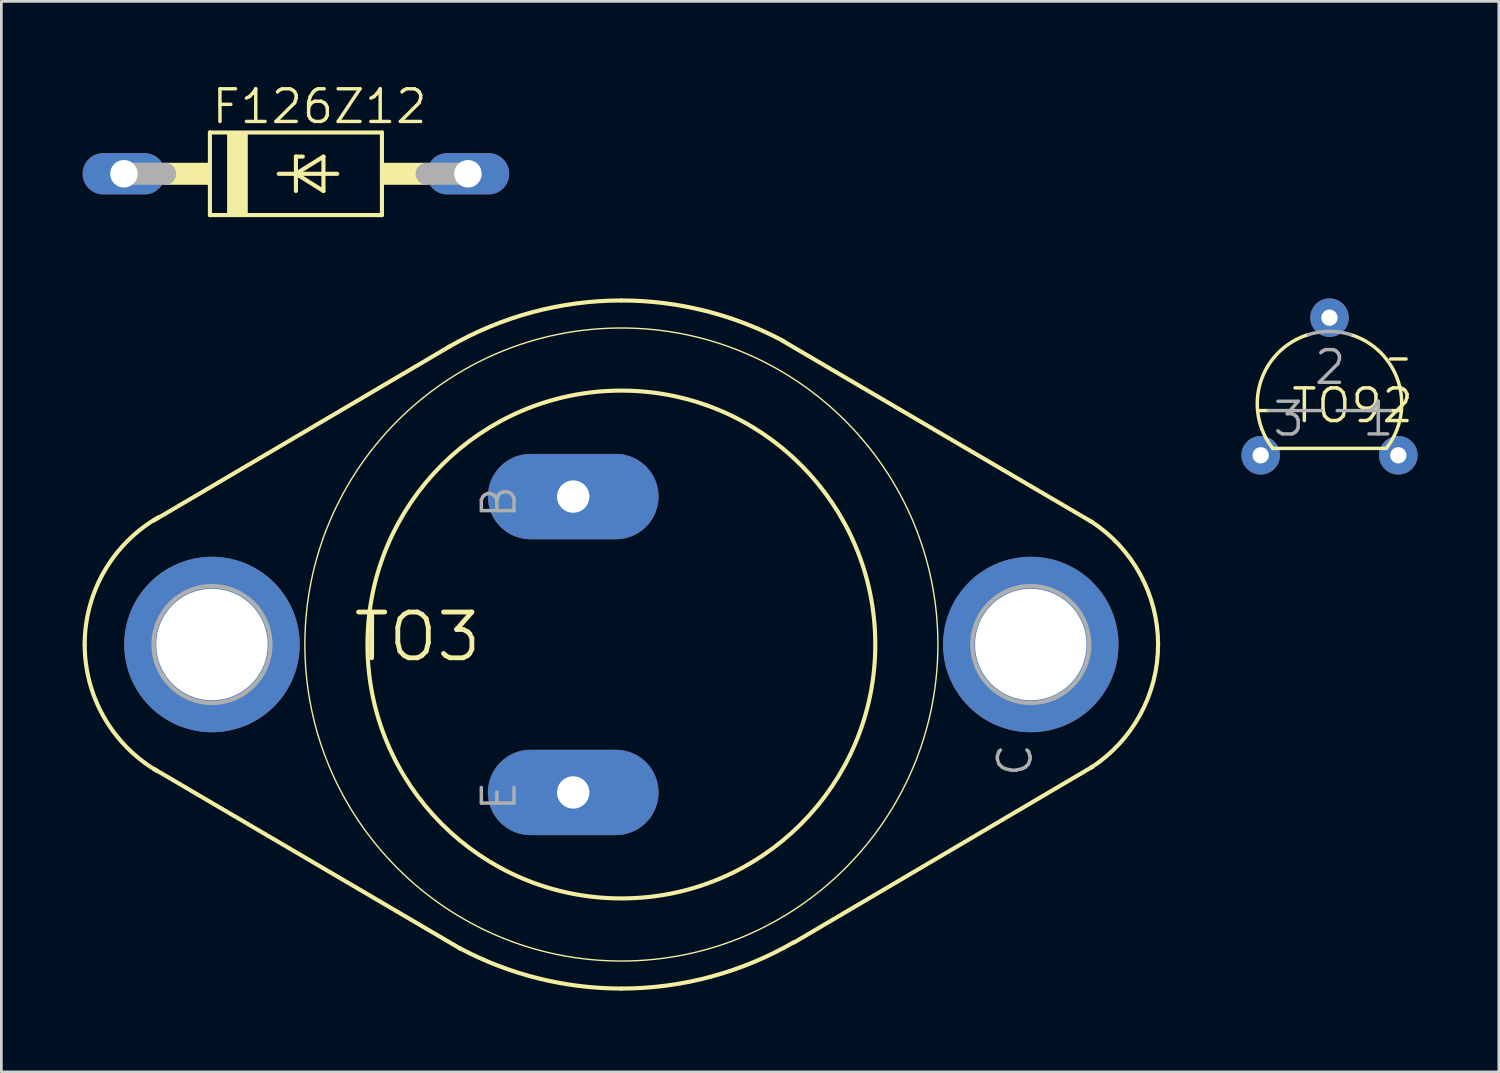
<source format=kicad_pcb>
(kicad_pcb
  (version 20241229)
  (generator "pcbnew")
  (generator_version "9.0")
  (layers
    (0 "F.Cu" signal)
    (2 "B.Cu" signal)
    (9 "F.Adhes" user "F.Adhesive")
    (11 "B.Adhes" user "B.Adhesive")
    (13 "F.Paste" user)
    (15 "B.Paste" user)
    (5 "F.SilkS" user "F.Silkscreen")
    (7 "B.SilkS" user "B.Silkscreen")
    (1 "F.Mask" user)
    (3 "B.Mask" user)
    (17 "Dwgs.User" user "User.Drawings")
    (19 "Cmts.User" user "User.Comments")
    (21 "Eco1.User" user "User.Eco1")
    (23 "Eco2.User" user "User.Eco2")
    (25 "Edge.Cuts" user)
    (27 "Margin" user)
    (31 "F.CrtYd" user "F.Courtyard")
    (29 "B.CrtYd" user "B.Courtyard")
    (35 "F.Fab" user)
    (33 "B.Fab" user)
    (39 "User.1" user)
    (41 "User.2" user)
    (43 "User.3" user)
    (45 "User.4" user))
  (footprint "TO3"
    (layer "F.Cu")
    (at 19.888 20.742)
    (property "Reference" "TO3" (at -5.08 -1.27 0) (layer "F.SilkS") (effects (font (size 1.689 1.689) (thickness 0.178)) (justify right top)))
    (attr through_hole)
    (fp_line (start -6.35 -10.998) (end -17.272 -4.572) (stroke (width 0.152) (type solid)) (layer "F.SilkS"))
    (fp_line (start -5.944 11.227) (end -17.247 4.597) (stroke (width 0.152) (type solid)) (layer "F.SilkS"))
    (fp_line (start 5.969 -11.201) (end 17.374 -4.521) (stroke (width 0.152) (type solid)) (layer "F.SilkS"))
    (fp_line (start 6.375 10.998) (end 17.374 4.521) (stroke (width 0.152) (type solid)) (layer "F.SilkS"))
    (fp_arc (start -19.812 0) (mid -19.08306 -2.712168) (end -17.0927 -4.6935) (stroke (width 0.1524) (type solid)) (layer "F.SilkS"))
    (fp_arc (start -17.155499 4.657) (mid -19.101186 2.680705) (end -19.812 0) (stroke (width 0.1524) (type solid)) (layer "F.SilkS"))
    (fp_arc (start -6.3718 -10.9859) (mid -3.299165 -12.263989) (end 0 -12.7) (stroke (width 0.1524) (type solid)) (layer "F.SilkS"))
    (fp_arc (start 0 -12.7) (mid 3.080216 -12.320822) (end 5.9765 -11.2059) (stroke (width 0.1524) (type solid)) (layer "F.SilkS"))
    (fp_arc (start 0 12.7) (mid -3.080216 12.320822) (end -5.9765 11.2059) (stroke (width 0.1524) (type solid)) (layer "F.SilkS"))
    (fp_arc (start 6.3718 10.9859) (mid 3.299165 12.263989) (end 0 12.7) (stroke (width 0.1524) (type solid)) (layer "F.SilkS"))
    (fp_arc (start 17.3366 -4.545) (mid 19.153011 -2.58769) (end 19.811999 0.000001) (stroke (width 0.1524) (type solid)) (layer "F.SilkS"))
    (fp_arc (start 19.811999 -0.000001) (mid 19.153011 2.58769) (end 17.3366 4.545) (stroke (width 0.1524) (type solid)) (layer "F.SilkS"))
    (fp_circle (center 0 0) (end 9.373 0) (stroke (width 0.152) (type solid)) (fill no) (layer "F.SilkS"))
    (fp_circle (center 0 0) (end 11.684 0) (stroke (width 0.051) (type solid)) (fill no) (layer "F.SilkS"))
    (fp_circle (center -15.113 0) (end -12.954 0) (stroke (width 0.152) (type solid)) (fill no) (layer "F.Fab"))
    (fp_circle (center 15.113 0) (end 17.272 0) (stroke (width 0.152) (type solid)) (fill no) (layer "F.Fab"))
    (fp_text user "E" (at -3.81 6.223 90) (layer "F.Fab") (effects (font (size 1.206 1.206) (thickness 0.127)) (justify left bottom)))
    (fp_text user "C" (at 15.24 4.953 90) (layer "F.Fab") (effects (font (size 1.206 1.206) (thickness 0.127)) (justify left bottom)))
    (fp_text user "B" (at -3.81 -4.572 90) (layer "F.Fab") (effects (font (size 1.206 1.206) (thickness 0.127)) (justify left bottom)))
    (pad "B" thru_hole oval (at -1.778 -5.461) (size 6.299 3.15) (drill 1.194) (layers "*.Cu" "*.Mask"))
    (pad "C" thru_hole circle (at 15.113 0) (size 6.477 6.477) (drill 4.115) (layers "*.Cu" "*.Mask"))
    (pad "C/" thru_hole circle (at -15.113 0) (size 6.477 6.477) (drill 4.115) (layers "*.Cu" "*.Mask"))
    (pad "E" thru_hole oval (at -1.778 5.461) (size 6.299 3.15) (drill 1.194) (layers "*.Cu" "*.Mask")))
  (footprint "F126Z12"
    (layer "F.Cu")
    (at 7.874 3.365)
    (property "Reference" "F126Z12" (at -3.175 -1.778 0) (layer "F.SilkS") (effects (font (size 1.206 1.206) (thickness 0.127)) (justify left bottom)))
    (attr through_hole)
    (fp_line (start -3.175 -1.524) (end -3.175 1.524) (stroke (width 0.152) (type solid)) (layer "F.SilkS"))
    (fp_line (start -3.175 1.524) (end 3.175 1.524) (stroke (width 0.152) (type solid)) (layer "F.SilkS"))
    (fp_line (start -0.635 0) (end 0 0) (stroke (width 0.152) (type solid)) (layer "F.SilkS"))
    (fp_line (start 0 -0.635) (end 0 0) (stroke (width 0.152) (type solid)) (layer "F.SilkS"))
    (fp_line (start 0 0) (end 0 0.635) (stroke (width 0.152) (type solid)) (layer "F.SilkS"))
    (fp_line (start 0 0) (end 1.016 -0.635) (stroke (width 0.152) (type solid)) (layer "F.SilkS"))
    (fp_line (start 0 0) (end 1.524 0) (stroke (width 0.152) (type solid)) (layer "F.SilkS"))
    (fp_line (start 0.254 -0.635) (end 0 -0.635) (stroke (width 0.152) (type solid)) (layer "F.SilkS"))
    (fp_line (start 1.016 -0.635) (end 1.016 0.635) (stroke (width 0.152) (type solid)) (layer "F.SilkS"))
    (fp_line (start 1.016 0.635) (end 0 0) (stroke (width 0.152) (type solid)) (layer "F.SilkS"))
    (fp_line (start 3.175 -1.524) (end -3.175 -1.524) (stroke (width 0.152) (type solid)) (layer "F.SilkS"))
    (fp_line (start 3.175 1.524) (end 3.175 -1.524) (stroke (width 0.152) (type solid)) (layer "F.SilkS"))
    (fp_poly (pts (xy -4.851 0.406) (xy -3.175 0.406) (xy -3.175 -0.406) (xy -4.851 -0.406)) (stroke (width 0) (type solid)) (fill yes) (layer "F.SilkS"))
    (fp_poly (pts (xy -2.54 1.524) (xy -1.778 1.524) (xy -1.778 -1.524) (xy -2.54 -1.524)) (stroke (width 0) (type solid)) (fill yes) (layer "F.SilkS"))
    (fp_poly (pts (xy 3.175 0.406) (xy 4.851 0.406) (xy 4.851 -0.406) (xy 3.175 -0.406)) (stroke (width 0) (type solid)) (fill yes) (layer "F.SilkS"))
    (fp_line (start -6.35 0) (end -4.826 0) (stroke (width 0.813) (type solid)) (layer "F.Fab"))
    (fp_line (start 6.35 0) (end 4.826 0) (stroke (width 0.813) (type solid)) (layer "F.Fab"))
    (pad "A" thru_hole oval (at 6.35 0) (size 3.048 1.524) (drill 1.016) (layers "*.Cu" "*.Mask"))
    (pad "C" thru_hole oval (at -6.35 0) (size 3.048 1.524) (drill 1.016) (layers "*.Cu" "*.Mask")))
  (footprint "TO92"
    (layer "F.Cu")
    (at 46.028 13.757)
    (property "Reference" "TO92" (at 3.175 -2.54 0) (layer "F.SilkS") (effects (font (size 1.206 1.206) (thickness 0.127)) (justify right top)))
    (attr through_hole)
    (fp_line (start -2.655 -1.651) (end -2.254 -1.651) (stroke (width 0.127) (type solid)) (layer "F.SilkS"))
    (fp_line (start -2.095 -0.254) (end 2.095 -0.254) (stroke (width 0.127) (type solid)) (layer "F.SilkS"))
    (fp_line (start 2.254 -3.556) (end 2.826 -3.556) (stroke (width 0.127) (type solid)) (layer "F.SilkS"))
    (fp_line (start 2.254 -1.651) (end 2.655 -1.651) (stroke (width 0.127) (type solid)) (layer "F.SilkS"))
    (fp_arc (start -2.0946 -0.254) (mid -2.54634 -2.698275) (end -0.7863 -4.453499) (stroke (width 0.127) (type solid)) (layer "F.SilkS"))
    (fp_arc (start 0.7863 -4.4534) (mid 2.546271 -2.698201) (end 2.094501 -0.253999) (stroke (width 0.127) (type solid)) (layer "F.SilkS"))
    (fp_line (start -2.254 -1.651) (end -0.286 -1.651) (stroke (width 0.127) (type solid)) (layer "F.Fab"))
    (fp_line (start 0.286 -1.651) (end 2.254 -1.651) (stroke (width 0.127) (type solid)) (layer "F.Fab"))
    (fp_arc (start -0.7863 -4.4535) (mid 0 -4.572043) (end 0.786301 -4.4535) (stroke (width 0.127) (type solid)) (layer "F.Fab"))
    (fp_text user "1" (at 1.143 -0.635 0) (layer "F.Fab") (effects (font (size 1.206 1.206) (thickness 0.127)) (justify left bottom)))
    (fp_text user "2" (at -0.635 -2.54 0) (layer "F.Fab") (effects (font (size 1.206 1.206) (thickness 0.127)) (justify left bottom)))
    (fp_text user "3" (at -2.159 -0.635 0) (layer "F.Fab") (effects (font (size 1.206 1.206) (thickness 0.127)) (justify left bottom)))
    (pad "1" thru_hole circle (at 2.54 0) (size 1.422 1.422) (drill 0.6) (layers "*.Cu" "*.Mask"))
    (pad "2" thru_hole circle (at 0 -5.08) (size 1.422 1.422) (drill 0.6) (layers "*.Cu" "*.Mask"))
    (pad "3" thru_hole circle (at -2.54 0) (size 1.422 1.422) (drill 0.6) (layers "*.Cu" "*.Mask")))
  (gr_rect
    (start -3 -3)
    (end 52.279 36.518)
    (stroke (width 0.1) (type default))
    (fill no)
    (layer "Edge.Cuts")))
</source>
